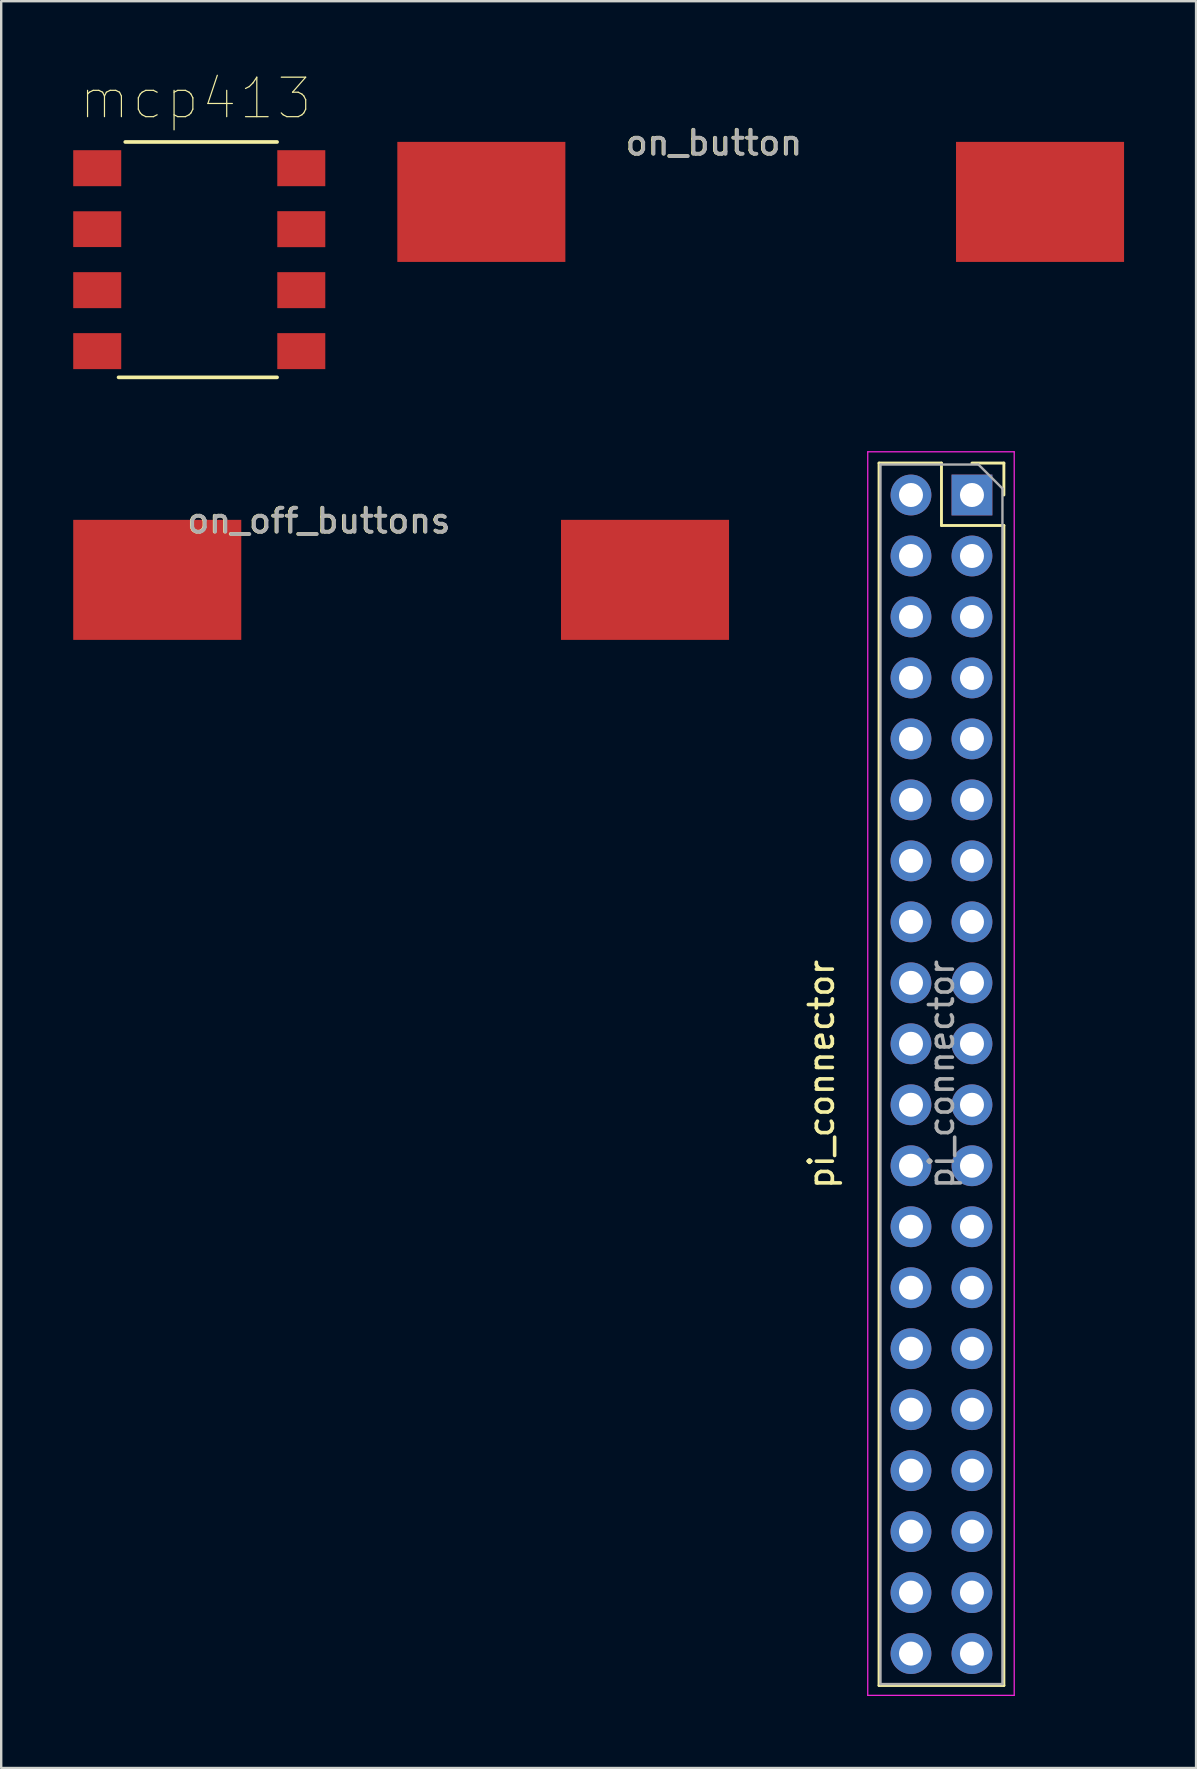
<source format=kicad_pcb>
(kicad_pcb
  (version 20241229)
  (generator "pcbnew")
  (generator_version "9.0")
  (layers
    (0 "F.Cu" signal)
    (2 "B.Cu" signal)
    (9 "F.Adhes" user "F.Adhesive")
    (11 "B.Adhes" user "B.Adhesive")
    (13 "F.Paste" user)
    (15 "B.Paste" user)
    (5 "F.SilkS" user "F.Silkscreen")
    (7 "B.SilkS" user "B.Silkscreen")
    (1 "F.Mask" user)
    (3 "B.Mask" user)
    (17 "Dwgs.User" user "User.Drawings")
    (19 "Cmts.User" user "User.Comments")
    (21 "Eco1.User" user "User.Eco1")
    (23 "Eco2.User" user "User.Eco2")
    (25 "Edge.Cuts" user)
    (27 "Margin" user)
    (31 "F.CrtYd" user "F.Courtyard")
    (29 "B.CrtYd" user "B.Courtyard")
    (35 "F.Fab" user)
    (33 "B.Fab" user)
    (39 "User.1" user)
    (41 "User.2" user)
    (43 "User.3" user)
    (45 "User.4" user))
  (footprint "on_off_buttons"
    (layer "F.Cu")
    (at 3.546 15.994)
    (property "Reference" "on_off_buttons" (at 6.678 2.647 0) (layer "F.SilkS") (effects (font (size 1 1) (thickness 0.15))))
    (attr through_hole)
    (fp_text user "${REFERENCE}" (at 6.7 2.65 0) (layer "F.Fab") (effects (font (size 1 1) (thickness 0.15))))
    (pad "1" smd trapezoid (at 20.272 5.11) (size 7 5) (layers "F.Cu" "F.Mask" "F.Paste"))
    (pad "2" smd trapezoid (at -0.046 5.11) (size 7 5) (layers "F.Cu" "F.Mask" "F.Paste")))
  (footprint "on_button"
    (layer "F.Cu")
    (at 20 0.25)
    (property "Reference" "on_button" (at 6.678 2.647 0) (layer "F.SilkS") (effects (font (size 1 1) (thickness 0.15))))
    (attr through_hole)
    (fp_text user "${REFERENCE}" (at 6.7 2.65 0) (layer "F.Fab") (effects (font (size 1 1) (thickness 0.15))))
    (pad "1" smd trapezoid (at 20.272 5.11) (size 7 5) (layers "F.Cu" "F.Mask" "F.Paste"))
    (pad "2" smd trapezoid (at -3 5.11) (size 7 5) (layers "F.Cu" "F.Mask" "F.Paste")))
  (footprint "pi_connector"
    (layer "F.Cu")
    (at 37.436 17.569)
    (property "Reference" "pi_connector" (at -6.27 24.13 90) (layer "F.SilkS") (effects (font (size 1 1) (thickness 0.15))))
    (attr through_hole)
    (fp_line (start -3.87 -1.33) (end -3.87 49.59) (stroke (width 0.12) (type solid)) (layer "F.SilkS"))
    (fp_line (start -3.87 -1.33) (end -1.27 -1.33) (stroke (width 0.12) (type solid)) (layer "F.SilkS"))
    (fp_line (start -3.87 49.59) (end 1.33 49.59) (stroke (width 0.12) (type solid)) (layer "F.SilkS"))
    (fp_line (start -1.27 -1.33) (end -1.27 1.27) (stroke (width 0.12) (type solid)) (layer "F.SilkS"))
    (fp_line (start -1.27 1.27) (end 1.33 1.27) (stroke (width 0.12) (type solid)) (layer "F.SilkS"))
    (fp_line (start 0 -1.33) (end 1.33 -1.33) (stroke (width 0.12) (type solid)) (layer "F.SilkS"))
    (fp_line (start 1.33 -1.33) (end 1.33 0) (stroke (width 0.12) (type solid)) (layer "F.SilkS"))
    (fp_line (start 1.33 1.27) (end 1.33 49.59) (stroke (width 0.12) (type solid)) (layer "F.SilkS"))
    (fp_line (start -4.34 -1.8) (end 1.76 -1.8) (stroke (width 0.05) (type solid)) (layer "F.CrtYd"))
    (fp_line (start -4.34 50) (end -4.34 -1.8) (stroke (width 0.05) (type solid)) (layer "F.CrtYd"))
    (fp_line (start 1.76 -1.8) (end 1.76 50) (stroke (width 0.05) (type solid)) (layer "F.CrtYd"))
    (fp_line (start 1.76 50) (end -4.34 50) (stroke (width 0.05) (type solid)) (layer "F.CrtYd"))
    (fp_line (start -3.81 -1.27) (end 0.27 -1.27) (stroke (width 0.1) (type solid)) (layer "F.Fab"))
    (fp_line (start -3.81 49.53) (end -3.81 -1.27) (stroke (width 0.1) (type solid)) (layer "F.Fab"))
    (fp_line (start 0.27 -1.27) (end 1.27 -0.27) (stroke (width 0.1) (type solid)) (layer "F.Fab"))
    (fp_line (start 1.27 -0.27) (end 1.27 49.53) (stroke (width 0.1) (type solid)) (layer "F.Fab"))
    (fp_line (start 1.27 49.53) (end -3.81 49.53) (stroke (width 0.1) (type solid)) (layer "F.Fab"))
    (fp_text user "${REFERENCE}" (at -1.27 24.13 90) (layer "F.Fab") (effects (font (size 1 1) (thickness 0.15))))
    (pad "1" thru_hole oval (at -2.54 0) (size 1.7 1.7) (drill 1) (layers "*.Cu" "*.Mask"))
    (pad "2" thru_hole rect (at 0 0) (size 1.7 1.7) (drill 1) (layers "*.Cu" "*.Mask"))
    (pad "3" thru_hole oval (at -2.54 2.54) (size 1.7 1.7) (drill 1) (layers "*.Cu" "*.Mask"))
    (pad "4" thru_hole oval (at 0 2.54) (size 1.7 1.7) (drill 1) (layers "*.Cu" "*.Mask"))
    (pad "5" thru_hole oval (at -2.54 5.08) (size 1.7 1.7) (drill 1) (layers "*.Cu" "*.Mask"))
    (pad "6" thru_hole oval (at 0 5.08) (size 1.7 1.7) (drill 1) (layers "*.Cu" "*.Mask"))
    (pad "7" thru_hole oval (at -2.54 7.62) (size 1.7 1.7) (drill 1) (layers "*.Cu" "*.Mask"))
    (pad "8" thru_hole oval (at 0 7.62) (size 1.7 1.7) (drill 1) (layers "*.Cu" "*.Mask"))
    (pad "9" thru_hole oval (at -2.54 10.16) (size 1.7 1.7) (drill 1) (layers "*.Cu" "*.Mask"))
    (pad "10" thru_hole oval (at 0 10.16) (size 1.7 1.7) (drill 1) (layers "*.Cu" "*.Mask"))
    (pad "11" thru_hole oval (at -2.54 12.7) (size 1.7 1.7) (drill 1) (layers "*.Cu" "*.Mask"))
    (pad "12" thru_hole oval (at 0 12.7) (size 1.7 1.7) (drill 1) (layers "*.Cu" "*.Mask"))
    (pad "13" thru_hole oval (at -2.54 15.24) (size 1.7 1.7) (drill 1) (layers "*.Cu" "*.Mask"))
    (pad "14" thru_hole oval (at 0 15.24) (size 1.7 1.7) (drill 1) (layers "*.Cu" "*.Mask"))
    (pad "15" thru_hole oval (at -2.54 17.78) (size 1.7 1.7) (drill 1) (layers "*.Cu" "*.Mask"))
    (pad "16" thru_hole oval (at 0 17.78) (size 1.7 1.7) (drill 1) (layers "*.Cu" "*.Mask"))
    (pad "17" thru_hole oval (at -2.54 20.32) (size 1.7 1.7) (drill 1) (layers "*.Cu" "*.Mask"))
    (pad "18" thru_hole oval (at 0 20.32) (size 1.7 1.7) (drill 1) (layers "*.Cu" "*.Mask"))
    (pad "19" thru_hole oval (at -2.54 22.86) (size 1.7 1.7) (drill 1) (layers "*.Cu" "*.Mask"))
    (pad "20" thru_hole oval (at 0 22.86) (size 1.7 1.7) (drill 1) (layers "*.Cu" "*.Mask"))
    (pad "21" thru_hole oval (at -2.54 25.4) (size 1.7 1.7) (drill 1) (layers "*.Cu" "*.Mask"))
    (pad "22" thru_hole oval (at 0 25.4) (size 1.7 1.7) (drill 1) (layers "*.Cu" "*.Mask"))
    (pad "23" thru_hole oval (at -2.54 27.94) (size 1.7 1.7) (drill 1) (layers "*.Cu" "*.Mask"))
    (pad "24" thru_hole oval (at 0 27.94) (size 1.7 1.7) (drill 1) (layers "*.Cu" "*.Mask"))
    (pad "25" thru_hole oval (at -2.54 30.48) (size 1.7 1.7) (drill 1) (layers "*.Cu" "*.Mask"))
    (pad "26" thru_hole oval (at 0 30.48) (size 1.7 1.7) (drill 1) (layers "*.Cu" "*.Mask"))
    (pad "27" thru_hole oval (at -2.54 33.02) (size 1.7 1.7) (drill 1) (layers "*.Cu" "*.Mask"))
    (pad "28" thru_hole oval (at 0 33.02) (size 1.7 1.7) (drill 1) (layers "*.Cu" "*.Mask"))
    (pad "29" thru_hole oval (at -2.54 35.56) (size 1.7 1.7) (drill 1) (layers "*.Cu" "*.Mask"))
    (pad "30" thru_hole oval (at 0 35.56) (size 1.7 1.7) (drill 1) (layers "*.Cu" "*.Mask"))
    (pad "31" thru_hole oval (at -2.54 38.1) (size 1.7 1.7) (drill 1) (layers "*.Cu" "*.Mask"))
    (pad "32" thru_hole oval (at 0 38.1) (size 1.7 1.7) (drill 1) (layers "*.Cu" "*.Mask"))
    (pad "33" thru_hole oval (at -2.54 40.64) (size 1.7 1.7) (drill 1) (layers "*.Cu" "*.Mask"))
    (pad "34" thru_hole oval (at 0 40.64) (size 1.7 1.7) (drill 1) (layers "*.Cu" "*.Mask"))
    (pad "35" thru_hole oval (at -2.54 43.18) (size 1.7 1.7) (drill 1) (layers "*.Cu" "*.Mask"))
    (pad "36" thru_hole oval (at 0 43.18) (size 1.7 1.7) (drill 1) (layers "*.Cu" "*.Mask"))
    (pad "37" thru_hole oval (at -2.54 45.72) (size 1.7 1.7) (drill 1) (layers "*.Cu" "*.Mask"))
    (pad "38" thru_hole oval (at 0 45.72) (size 1.7 1.7) (drill 1) (layers "*.Cu" "*.Mask"))
    (pad "39" thru_hole oval (at -2.54 48.26) (size 1.7 1.7) (drill 1) (layers "*.Cu" "*.Mask"))
    (pad "40" thru_hole oval (at 0 48.26) (size 1.7 1.7) (drill 1) (layers "*.Cu" "*.Mask")))
  (footprint "mcp413"
    (layer "F.Cu")
    (at 9 11.576)
    (property "Reference" "mcp413" (at -3.899 -10.525 0) (layer "F.SilkS") (effects (font (size 1.645 1.645) (thickness 0.05))))
    (attr through_hole)
    (fp_line (start -7.112 1.092) (end -0.508 1.092) (stroke (width 0.152) (type solid)) (layer "F.SilkS"))
    (fp_line (start -0.508 -8.712) (end -6.833 -8.712) (stroke (width 0.152) (type solid)) (layer "F.SilkS"))
    (fp_line (start -8.103 -8.128) (end -8.103 -7.112) (stroke (width 0.152) (type solid)) (layer "Eco2.User"))
    (fp_line (start -8.103 -7.112) (end -7.112 -7.112) (stroke (width 0.152) (type solid)) (layer "Eco2.User"))
    (fp_line (start -8.103 -5.588) (end -8.103 -4.572) (stroke (width 0.152) (type solid)) (layer "Eco2.User"))
    (fp_line (start -8.103 -4.572) (end -7.112 -4.572) (stroke (width 0.152) (type solid)) (layer "Eco2.User"))
    (fp_line (start -8.103 -3.048) (end -8.103 -2.032) (stroke (width 0.152) (type solid)) (layer "Eco2.User"))
    (fp_line (start -8.103 -2.032) (end -7.112 -2.032) (stroke (width 0.152) (type solid)) (layer "Eco2.User"))
    (fp_line (start -8.103 -0.483) (end -8.103 0.508) (stroke (width 0.152) (type solid)) (layer "Eco2.User"))
    (fp_line (start -8.103 0.508) (end -7.112 0.508) (stroke (width 0.152) (type solid)) (layer "Eco2.User"))
    (fp_line (start -7.112 -8.712) (end -7.112 1.092) (stroke (width 0.152) (type solid)) (layer "Eco2.User"))
    (fp_line (start -7.112 -8.128) (end -8.103 -8.128) (stroke (width 0.152) (type solid)) (layer "Eco2.User"))
    (fp_line (start -7.112 -7.112) (end -7.112 -8.128) (stroke (width 0.152) (type solid)) (layer "Eco2.User"))
    (fp_line (start -7.112 -5.588) (end -8.103 -5.588) (stroke (width 0.152) (type solid)) (layer "Eco2.User"))
    (fp_line (start -7.112 -4.572) (end -7.112 -5.588) (stroke (width 0.152) (type solid)) (layer "Eco2.User"))
    (fp_line (start -7.112 -3.048) (end -8.103 -3.048) (stroke (width 0.152) (type solid)) (layer "Eco2.User"))
    (fp_line (start -7.112 -2.032) (end -7.112 -3.048) (stroke (width 0.152) (type solid)) (layer "Eco2.User"))
    (fp_line (start -7.112 -0.508) (end -8.103 -0.483) (stroke (width 0.152) (type solid)) (layer "Eco2.User"))
    (fp_line (start -7.112 0.508) (end -7.112 -0.508) (stroke (width 0.152) (type solid)) (layer "Eco2.User"))
    (fp_line (start -7.112 1.092) (end -0.508 1.092) (stroke (width 0.152) (type solid)) (layer "Eco2.User"))
    (fp_line (start -0.508 -8.712) (end -7.112 -8.712) (stroke (width 0.152) (type solid)) (layer "Eco2.User"))
    (fp_line (start -0.508 -8.128) (end -0.508 -7.112) (stroke (width 0.152) (type solid)) (layer "Eco2.User"))
    (fp_line (start -0.508 -7.112) (end 0.483 -7.112) (stroke (width 0.152) (type solid)) (layer "Eco2.User"))
    (fp_line (start -0.508 -5.588) (end -0.508 -4.572) (stroke (width 0.152) (type solid)) (layer "Eco2.User"))
    (fp_line (start -0.508 -4.572) (end 0.483 -4.572) (stroke (width 0.152) (type solid)) (layer "Eco2.User"))
    (fp_line (start -0.508 -3.048) (end -0.508 -2.032) (stroke (width 0.152) (type solid)) (layer "Eco2.User"))
    (fp_line (start -0.508 -2.032) (end 0.483 -2.057) (stroke (width 0.152) (type solid)) (layer "Eco2.User"))
    (fp_line (start -0.508 -0.508) (end -0.508 0.508) (stroke (width 0.152) (type solid)) (layer "Eco2.User"))
    (fp_line (start -0.508 0.508) (end 0.483 0.483) (stroke (width 0.152) (type solid)) (layer "Eco2.User"))
    (fp_line (start -0.508 1.092) (end -0.508 -8.712) (stroke (width 0.152) (type solid)) (layer "Eco2.User"))
    (fp_line (start 0.483 -8.128) (end -0.508 -8.128) (stroke (width 0.152) (type solid)) (layer "Eco2.User"))
    (fp_line (start 0.483 -7.112) (end 0.483 -8.128) (stroke (width 0.152) (type solid)) (layer "Eco2.User"))
    (fp_line (start 0.483 -5.588) (end -0.508 -5.588) (stroke (width 0.152) (type solid)) (layer "Eco2.User"))
    (fp_line (start 0.483 -4.572) (end 0.483 -5.588) (stroke (width 0.152) (type solid)) (layer "Eco2.User"))
    (fp_line (start 0.483 -3.048) (end -0.508 -3.048) (stroke (width 0.152) (type solid)) (layer "Eco2.User"))
    (fp_line (start 0.483 -2.057) (end 0.483 -3.048) (stroke (width 0.152) (type solid)) (layer "Eco2.User"))
    (fp_line (start 0.483 -0.508) (end -0.508 -0.508) (stroke (width 0.152) (type solid)) (layer "Eco2.User"))
    (fp_line (start 0.483 0.483) (end 0.483 -0.508) (stroke (width 0.152) (type solid)) (layer "Eco2.User"))
    (pad "1" smd rect (at -8 -7.62) (size 2 1.499) (layers "F.Cu" "F.Mask" "F.Paste"))
    (pad "2" smd rect (at -8 -5.08) (size 2 1.49) (layers "F.Cu" "F.Mask" "F.Paste"))
    (pad "3" smd rect (at -8 -2.54) (size 2 1.499) (layers "F.Cu" "F.Mask" "F.Paste"))
    (pad "4" smd rect (at -8 0) (size 2 1.499) (layers "F.Cu" "F.Mask" "F.Paste"))
    (pad "5" smd rect (at 0.5 0) (size 2 1.499) (layers "F.Cu" "F.Mask" "F.Paste"))
    (pad "6" smd rect (at 0.5 -2.54) (size 2 1.499) (layers "F.Cu" "F.Mask" "F.Paste"))
    (pad "7" smd rect (at 0.5 -5.08) (size 2 1.499) (layers "F.Cu" "F.Mask" "F.Paste"))
    (pad "8" smd rect (at 0.5 -7.62) (size 2 1.499) (layers "F.Cu" "F.Mask" "F.Paste")))
  (gr_rect
    (start -3 -3)
    (end 46.772 70.594)
    (stroke (width 0.1) (type default))
    (fill no)
    (layer "Edge.Cuts")))
</source>
